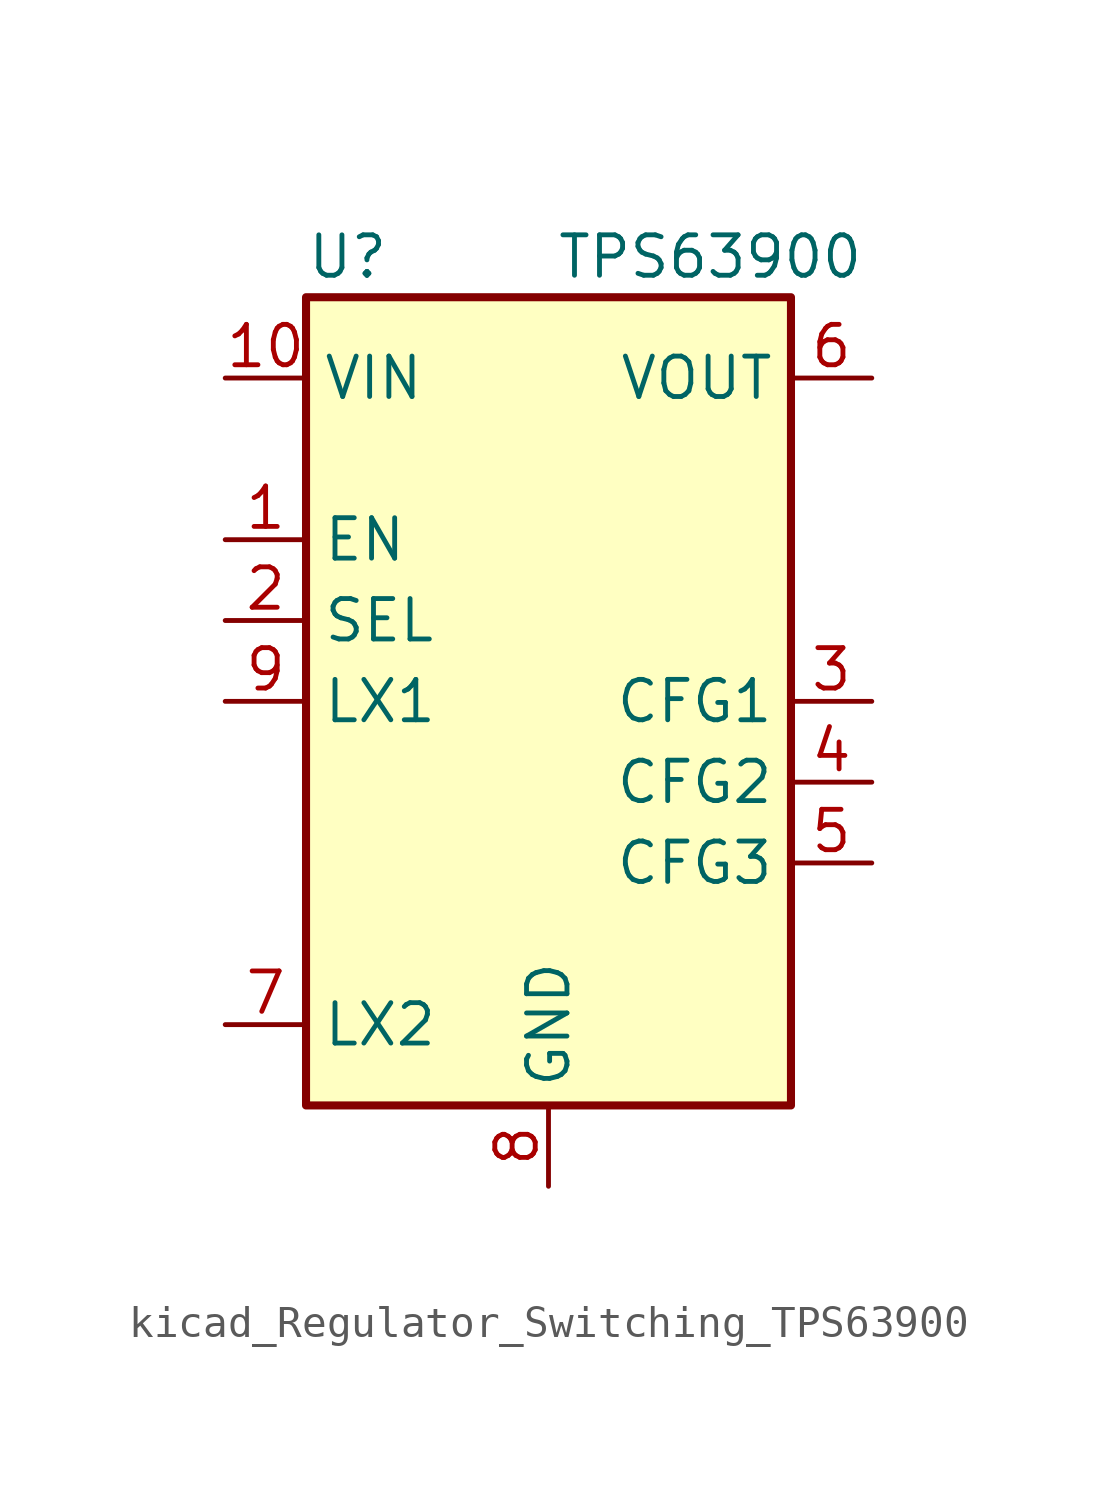
<source format=kicad_sym>
(kicad_symbol_lib
  (version 20220914)
  (generator kicad_symbol_editor)
  (symbol "kicad_Regulator_Switching_TPS63900"
    (property "Reference" "U"
      (at -7.62 13.97 0)
      (effects (font (size 1.27 1.27)) (justify left)))
    (property "Value" "TPS63900"
      (at 5.08 13.97 0)
      (effects (font (size 1.27 1.27))))
    (symbol "kicad_Regulator_Switching_TPS63900_0_1"
      (rectangle (start -7.62 12.7) (end 7.62 -12.7) (stroke (width 0.254) (type default)) (fill (type background))))
    (symbol "kicad_Regulator_Switching_TPS63900_1_1"
      (pin input line (at -10.16 5.08 0) (length 2.54) (name "EN" (effects (font (size 1.27 1.27)))) (number "1" (effects (font (size 1.27 1.27)))))
      (pin power_in line (at -10.16 10.16 0) (length 2.54) (name "VIN" (effects (font (size 1.27 1.27)))) (number "10" (effects (font (size 1.27 1.27)))))
      (pin passive line (at 0 -15.24 90) (length 2.54) hide (name "GND" (effects (font (size 1.27 1.27)))) (number "11" (effects (font (size 1.27 1.27)))))
      (pin input line (at -10.16 2.54 0) (length 2.54) (name "SEL" (effects (font (size 1.27 1.27)))) (number "2" (effects (font (size 1.27 1.27)))))
      (pin input line (at 10.16 0 180) (length 2.54) (name "CFG1" (effects (font (size 1.27 1.27)))) (number "3" (effects (font (size 1.27 1.27)))))
      (pin input line (at 10.16 -2.54 180) (length 2.54) (name "CFG2" (effects (font (size 1.27 1.27)))) (number "4" (effects (font (size 1.27 1.27)))))
      (pin input line (at 10.16 -5.08 180) (length 2.54) (name "CFG3" (effects (font (size 1.27 1.27)))) (number "5" (effects (font (size 1.27 1.27)))))
      (pin power_out line (at 10.16 10.16 180) (length 2.54) (name "VOUT" (effects (font (size 1.27 1.27)))) (number "6" (effects (font (size 1.27 1.27)))))
      (pin input line (at -10.16 -10.16 0) (length 2.54) (name "LX2" (effects (font (size 1.27 1.27)))) (number "7" (effects (font (size 1.27 1.27)))))
      (pin power_in line (at 0 -15.24 90) (length 2.54) (name "GND" (effects (font (size 1.27 1.27)))) (number "8" (effects (font (size 1.27 1.27)))))
      (pin input line (at -10.16 0 0) (length 2.54) (name "LX1" (effects (font (size 1.27 1.27)))) (number "9" (effects (font (size 1.27 1.27))))))))
</source>
